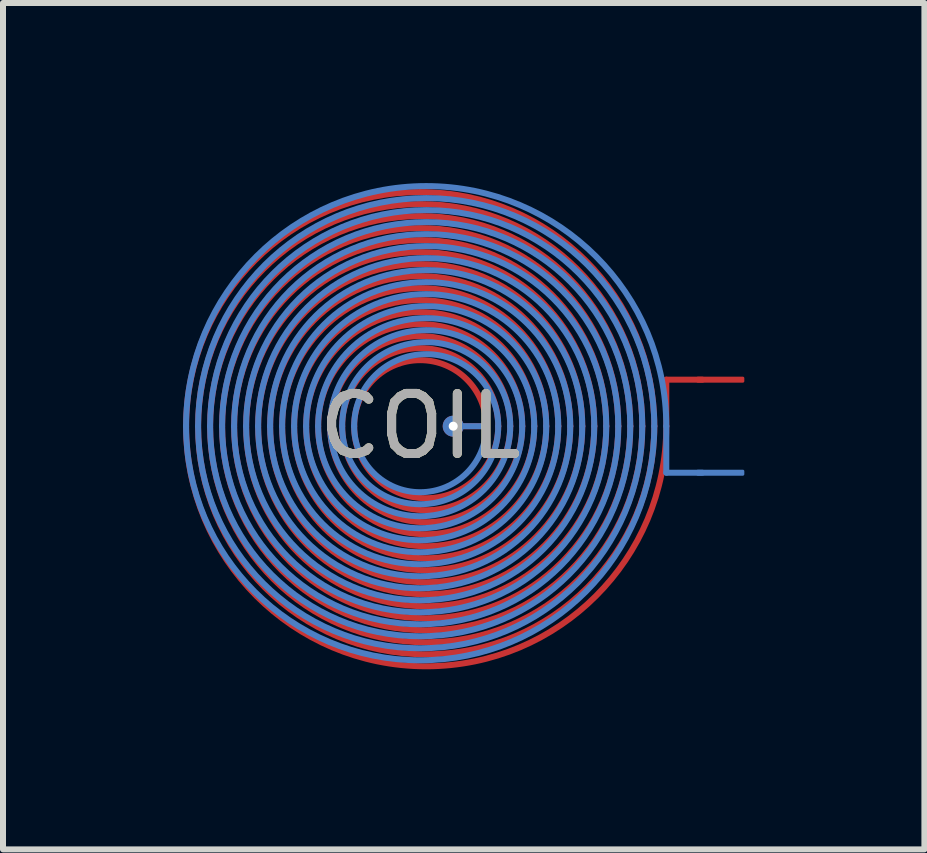
<source format=kicad_pcb>
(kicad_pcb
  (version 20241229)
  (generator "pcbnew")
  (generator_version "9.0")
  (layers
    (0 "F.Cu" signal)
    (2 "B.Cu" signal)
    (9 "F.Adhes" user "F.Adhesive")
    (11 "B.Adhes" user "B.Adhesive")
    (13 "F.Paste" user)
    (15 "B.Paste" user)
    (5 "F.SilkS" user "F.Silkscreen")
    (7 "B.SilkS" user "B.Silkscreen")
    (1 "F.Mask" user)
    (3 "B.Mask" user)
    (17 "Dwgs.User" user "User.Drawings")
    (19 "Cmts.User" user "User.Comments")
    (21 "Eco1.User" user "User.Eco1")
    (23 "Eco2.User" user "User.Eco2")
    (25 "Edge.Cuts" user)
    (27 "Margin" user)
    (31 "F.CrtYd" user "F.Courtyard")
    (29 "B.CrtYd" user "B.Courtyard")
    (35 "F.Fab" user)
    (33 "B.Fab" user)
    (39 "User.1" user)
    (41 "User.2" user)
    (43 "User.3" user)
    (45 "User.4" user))
  (footprint "COIL"
    (layer "F.Cu")
    (at 3.95 4.05)
    (property "Reference" "COIL" (at 0 0 0) (unlocked yes) (layer "F.SilkS") (effects (font (size 1 1) (thickness 0.15))))
    (attr smd exclude_from_pos_files exclude_from_bom allow_missing_courtyard)
    (fp_line (start 1.1 0) (end 0.55 0) (stroke (width 0.1) (type default)) (layer "F.Cu"))
    (fp_line (start 4.1 -0.775) (end 4.7 -0.775) (stroke (width 0.1) (type default)) (layer "F.Cu"))
    (fp_line (start 4.1 0) (end 4.1 -0.775) (stroke (width 0.1) (type default)) (layer "F.Cu"))
    (fp_arc (start -3.9 0) (mid 0 -3.9) (end 3.9 0) (stroke (width 0.1) (type default)) (layer "F.Cu"))
    (fp_arc (start -3.7 0) (mid 0 -3.7) (end 3.7 0) (stroke (width 0.1) (type default)) (layer "F.Cu"))
    (fp_arc (start -3.5 0) (mid 0 -3.5) (end 3.5 0) (stroke (width 0.1) (type default)) (layer "F.Cu"))
    (fp_arc (start -3.3 0) (mid 0 -3.3) (end 3.3 0) (stroke (width 0.1) (type default)) (layer "F.Cu"))
    (fp_arc (start -3.1 0) (mid 0 -3.1) (end 3.1 0) (stroke (width 0.1) (type default)) (layer "F.Cu"))
    (fp_arc (start -2.9 0) (mid 0 -2.9) (end 2.9 0) (stroke (width 0.1) (type default)) (layer "F.Cu"))
    (fp_arc (start -2.7 0) (mid 0 -2.7) (end 2.7 0) (stroke (width 0.1) (type default)) (layer "F.Cu"))
    (fp_arc (start -2.5 0) (mid 0 -2.5) (end 2.5 0) (stroke (width 0.1) (type default)) (layer "F.Cu"))
    (fp_arc (start -2.3 0) (mid 0 -2.3) (end 2.3 0) (stroke (width 0.1) (type default)) (layer "F.Cu"))
    (fp_arc (start -2.1 0) (mid 0 -2.1) (end 2.1 0) (stroke (width 0.1) (type default)) (layer "F.Cu"))
    (fp_arc (start -1.9 0) (mid 0 -1.9) (end 1.9 0) (stroke (width 0.1) (type default)) (layer "F.Cu"))
    (fp_arc (start -1.7 0) (mid 0 -1.7) (end 1.7 0) (stroke (width 0.1) (type default)) (layer "F.Cu"))
    (fp_arc (start -1.5 0) (mid 0 -1.5) (end 1.5 0) (stroke (width 0.1) (type default)) (layer "F.Cu"))
    (fp_arc (start -1.3 0) (mid 0 -1.3) (end 1.3 0) (stroke (width 0.1) (type default)) (layer "F.Cu"))
    (fp_arc (start -1.1 0) (mid 0 -1.1) (end 1.1 0) (stroke (width 0.1) (type default)) (layer "F.Cu"))
    (fp_arc (start 1.3 0) (mid 0.1 1.2) (end -1.1 0) (stroke (width 0.1) (type default)) (layer "F.Cu"))
    (fp_arc (start 1.5 0) (mid 0.1 1.4) (end -1.3 0) (stroke (width 0.1) (type default)) (layer "F.Cu"))
    (fp_arc (start 1.7 0) (mid 0.1 1.6) (end -1.5 0) (stroke (width 0.1) (type default)) (layer "F.Cu"))
    (fp_arc (start 1.9 0) (mid 0.1 1.8) (end -1.7 0) (stroke (width 0.1) (type default)) (layer "F.Cu"))
    (fp_arc (start 2.1 0) (mid 0.1 2) (end -1.9 0) (stroke (width 0.1) (type default)) (layer "F.Cu"))
    (fp_arc (start 2.3 0) (mid 0.1 2.2) (end -2.1 0) (stroke (width 0.1) (type default)) (layer "F.Cu"))
    (fp_arc (start 2.5 0) (mid 0.1 2.4) (end -2.3 0) (stroke (width 0.1) (type default)) (layer "F.Cu"))
    (fp_arc (start 2.7 0) (mid 0.1 2.6) (end -2.5 0) (stroke (width 0.1) (type default)) (layer "F.Cu"))
    (fp_arc (start 2.9 0) (mid 0.1 2.8) (end -2.7 0) (stroke (width 0.1) (type default)) (layer "F.Cu"))
    (fp_arc (start 3.1 0) (mid 0.1 3) (end -2.9 0) (stroke (width 0.1) (type default)) (layer "F.Cu"))
    (fp_arc (start 3.3 0) (mid 0.1 3.2) (end -3.1 0) (stroke (width 0.1) (type default)) (layer "F.Cu"))
    (fp_arc (start 3.5 0) (mid 0.1 3.4) (end -3.3 0) (stroke (width 0.1) (type default)) (layer "F.Cu"))
    (fp_arc (start 3.7 0) (mid 0.1 3.6) (end -3.5 0) (stroke (width 0.1) (type default)) (layer "F.Cu"))
    (fp_arc (start 3.9 0) (mid 0.1 3.8) (end -3.7 0) (stroke (width 0.1) (type default)) (layer "F.Cu"))
    (fp_arc (start 4.1 0) (mid 0.1 4) (end -3.9 0) (stroke (width 0.1) (type default)) (layer "F.Cu"))
    (fp_line (start 1.1 0) (end 0.55 0) (stroke (width 0.1) (type default)) (layer "B.Cu"))
    (fp_line (start 4.1 0) (end 4.1 0.775) (stroke (width 0.1) (type default)) (layer "B.Cu"))
    (fp_line (start 4.1 0.775) (end 4.7 0.775) (stroke (width 0.1) (type default)) (layer "B.Cu"))
    (fp_arc (start -3.9 0) (mid 0.1 -4) (end 4.1 0) (stroke (width 0.1) (type default)) (layer "B.Cu"))
    (fp_arc (start -3.7 0) (mid 0.1 -3.8) (end 3.9 0) (stroke (width 0.1) (type default)) (layer "B.Cu"))
    (fp_arc (start -3.5 0) (mid 0.1 -3.6) (end 3.7 0) (stroke (width 0.1) (type default)) (layer "B.Cu"))
    (fp_arc (start -3.3 0) (mid 0.1 -3.4) (end 3.5 0) (stroke (width 0.1) (type default)) (layer "B.Cu"))
    (fp_arc (start -3.1 0) (mid 0.1 -3.2) (end 3.3 0) (stroke (width 0.1) (type default)) (layer "B.Cu"))
    (fp_arc (start -2.9 0) (mid 0.1 -3) (end 3.1 0) (stroke (width 0.1) (type default)) (layer "B.Cu"))
    (fp_arc (start -2.7 0) (mid 0.1 -2.8) (end 2.9 0) (stroke (width 0.1) (type default)) (layer "B.Cu"))
    (fp_arc (start -2.5 0) (mid 0.1 -2.6) (end 2.7 0) (stroke (width 0.1) (type default)) (layer "B.Cu"))
    (fp_arc (start -2.3 0) (mid 0.1 -2.4) (end 2.5 0) (stroke (width 0.1) (type default)) (layer "B.Cu"))
    (fp_arc (start -2.1 0) (mid 0.1 -2.2) (end 2.3 0) (stroke (width 0.1) (type default)) (layer "B.Cu"))
    (fp_arc (start -1.9 0) (mid 0.1 -2) (end 2.1 0) (stroke (width 0.1) (type default)) (layer "B.Cu"))
    (fp_arc (start -1.7 0) (mid 0.1 -1.8) (end 1.9 0) (stroke (width 0.1) (type default)) (layer "B.Cu"))
    (fp_arc (start -1.5 0) (mid 0.1 -1.6) (end 1.7 0) (stroke (width 0.1) (type default)) (layer "B.Cu"))
    (fp_arc (start -1.3 0) (mid 0.1 -1.4) (end 1.5 0) (stroke (width 0.1) (type default)) (layer "B.Cu"))
    (fp_arc (start -1.1 0) (mid 0.1 -1.2) (end 1.3 0) (stroke (width 0.1) (type default)) (layer "B.Cu"))
    (fp_arc (start 1.1 0) (mid 0 1.1) (end -1.1 0) (stroke (width 0.1) (type default)) (layer "B.Cu"))
    (fp_arc (start 1.3 0) (mid 0 1.3) (end -1.3 0) (stroke (width 0.1) (type default)) (layer "B.Cu"))
    (fp_arc (start 1.5 0) (mid 0 1.5) (end -1.5 0) (stroke (width 0.1) (type default)) (layer "B.Cu"))
    (fp_arc (start 1.7 0) (mid 0 1.7) (end -1.7 0) (stroke (width 0.1) (type default)) (layer "B.Cu"))
    (fp_arc (start 1.9 0) (mid 0 1.9) (end -1.9 0) (stroke (width 0.1) (type default)) (layer "B.Cu"))
    (fp_arc (start 2.1 0) (mid 0 2.1) (end -2.1 0) (stroke (width 0.1) (type default)) (layer "B.Cu"))
    (fp_arc (start 2.3 0) (mid 0 2.3) (end -2.3 0) (stroke (width 0.1) (type default)) (layer "B.Cu"))
    (fp_arc (start 2.5 0) (mid 0 2.5) (end -2.5 0) (stroke (width 0.1) (type default)) (layer "B.Cu"))
    (fp_arc (start 2.7 0) (mid 0 2.7) (end -2.7 0) (stroke (width 0.1) (type default)) (layer "B.Cu"))
    (fp_arc (start 2.9 0) (mid 0 2.9) (end -2.9 0) (stroke (width 0.1) (type default)) (layer "B.Cu"))
    (fp_arc (start 3.1 0) (mid 0 3.1) (end -3.1 0) (stroke (width 0.1) (type default)) (layer "B.Cu"))
    (fp_arc (start 3.3 0) (mid 0 3.3) (end -3.3 0) (stroke (width 0.1) (type default)) (layer "B.Cu"))
    (fp_arc (start 3.5 0) (mid 0 3.5) (end -3.5 0) (stroke (width 0.1) (type default)) (layer "B.Cu"))
    (fp_arc (start 3.7 0) (mid 0 3.7) (end -3.7 0) (stroke (width 0.1) (type default)) (layer "B.Cu"))
    (fp_arc (start 3.9 0) (mid 0 3.9) (end -3.9 0) (stroke (width 0.1) (type default)) (layer "B.Cu"))
    (fp_text user "${REFERENCE}" (at 0 0 0) (unlocked yes) (layer "F.Fab") (effects (font (size 1 1) (thickness 0.15))))
    (pad "0" thru_hole circle (at 0.55 0) (size 0.35 0.35) (drill 0.15) (layers "*.Cu") (remove_unused_layers yes) (keep_end_layers yes) (zone_layer_connections))
    (pad "1" smd roundrect (at 5 -0.775) (size 0.8 0.1) (layers "F.Cu") (roundrect_rratio 0.25))
    (pad "2" smd roundrect (at 5 0.775) (size 0.8 0.1) (layers "B.Cu") (roundrect_rratio 0.25)))
  (gr_rect
    (start -3 -3)
    (end 12.35 11.1)
    (stroke (width 0.1) (type default))
    (fill no)
    (layer "Edge.Cuts")))
</source>
